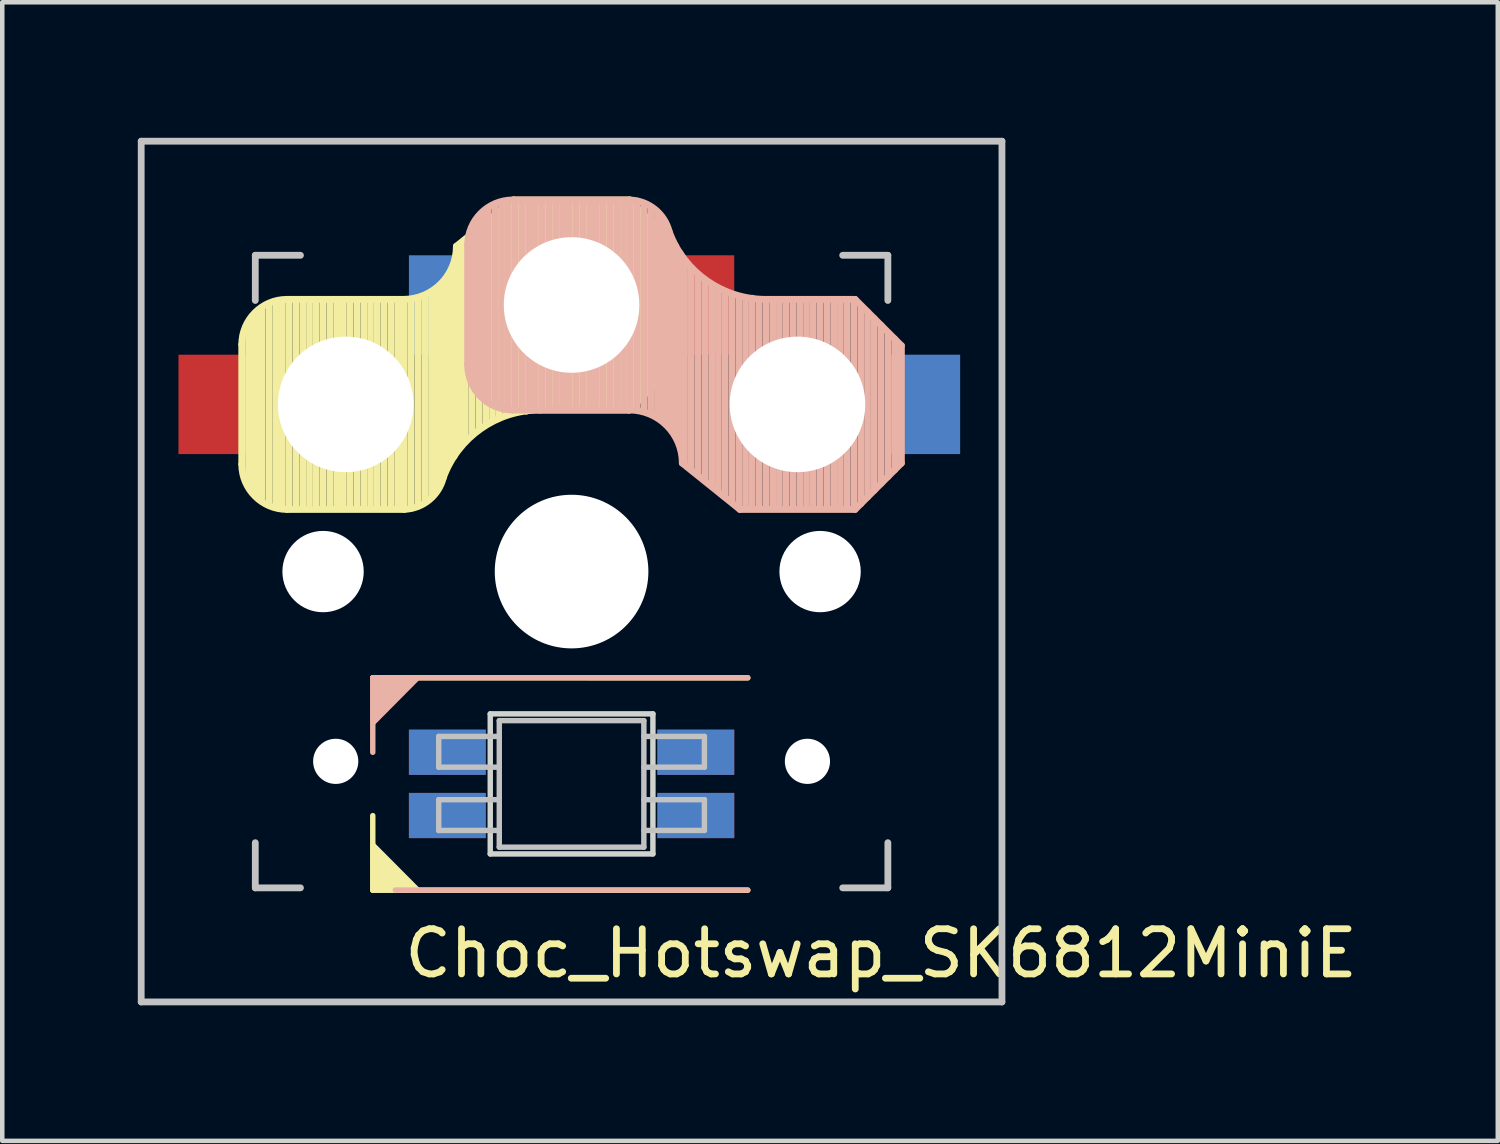
<source format=kicad_pcb>
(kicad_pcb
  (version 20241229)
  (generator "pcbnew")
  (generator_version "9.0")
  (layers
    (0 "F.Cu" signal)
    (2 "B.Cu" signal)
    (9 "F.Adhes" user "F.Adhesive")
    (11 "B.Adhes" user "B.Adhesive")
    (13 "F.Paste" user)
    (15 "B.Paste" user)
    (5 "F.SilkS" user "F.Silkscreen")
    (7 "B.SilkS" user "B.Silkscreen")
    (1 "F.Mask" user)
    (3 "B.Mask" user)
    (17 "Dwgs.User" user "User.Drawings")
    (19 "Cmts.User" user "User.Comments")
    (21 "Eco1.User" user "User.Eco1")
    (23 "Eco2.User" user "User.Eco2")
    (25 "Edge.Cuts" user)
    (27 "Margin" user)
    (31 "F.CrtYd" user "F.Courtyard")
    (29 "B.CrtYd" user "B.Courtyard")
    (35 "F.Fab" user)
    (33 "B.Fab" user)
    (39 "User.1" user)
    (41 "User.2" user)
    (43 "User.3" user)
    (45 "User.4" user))
  (footprint "Choc_Hotswap_SK6812MiniE"
    (layer "F.Cu")
    (at 9.6 9.6)
    (property "Reference" "Choc_Hotswap_SK6812MiniE" (at 6.85 8.45 0) (layer "F.SilkS") (effects (font (size 1 1) (thickness 0.15))))
    (attr through_hole)
    (fp_line (start -7.3 -5.025) (end -7.3 -2.375) (stroke (width 0.15) (type solid)) (layer "F.SilkS"))
    (fp_line (start -7.15 -1.95) (end -7.15 -5.5) (stroke (width 0.15) (type solid)) (layer "F.SilkS"))
    (fp_line (start -7.05 -1.8) (end -7.05 -5.55) (stroke (width 0.15) (type solid)) (layer "F.SilkS"))
    (fp_line (start -6.95 -1.7) (end -6.95 -5.65) (stroke (width 0.15) (type solid)) (layer "F.SilkS"))
    (fp_line (start -6.85 -1.6) (end -6.85 -5.8) (stroke (width 0.15) (type solid)) (layer "F.SilkS"))
    (fp_line (start -6.7 -1.5) (end -6.7 -5.9) (stroke (width 0.15) (type solid)) (layer "F.SilkS"))
    (fp_line (start -6.55 -1.45) (end -6.55 -5.95) (stroke (width 0.15) (type solid)) (layer "F.SilkS"))
    (fp_line (start -6.4 -1.4) (end -6.4 -5.95) (stroke (width 0.15) (type solid)) (layer "F.SilkS"))
    (fp_line (start -6.3 -6.025) (end -3.725 -6.025) (stroke (width 0.15) (type solid)) (layer "F.SilkS"))
    (fp_line (start -6.3 -1.375) (end -3.7 -1.375) (stroke (width 0.15) (type solid)) (layer "F.SilkS"))
    (fp_line (start -6.25 -1.4) (end -6.25 -6) (stroke (width 0.15) (type solid)) (layer "F.SilkS"))
    (fp_line (start -6.1 -1.4) (end -6.1 -6) (stroke (width 0.15) (type solid)) (layer "F.SilkS"))
    (fp_line (start -5.95 -1.4) (end -5.95 -6) (stroke (width 0.15) (type solid)) (layer "F.SilkS"))
    (fp_line (start -5.8 -1.4) (end -5.8 -6) (stroke (width 0.15) (type solid)) (layer "F.SilkS"))
    (fp_line (start -5.65 -1.4) (end -5.65 -6) (stroke (width 0.15) (type solid)) (layer "F.SilkS"))
    (fp_line (start -5.5 -1.4) (end -5.5 -6) (stroke (width 0.15) (type solid)) (layer "F.SilkS"))
    (fp_line (start -5.35 -1.4) (end -5.35 -6) (stroke (width 0.15) (type solid)) (layer "F.SilkS"))
    (fp_line (start -5.2 -1.4) (end -5.2 -6) (stroke (width 0.15) (type solid)) (layer "F.SilkS"))
    (fp_line (start -5.05 -1.4) (end -5.05 -6) (stroke (width 0.15) (type solid)) (layer "F.SilkS"))
    (fp_line (start -4.9 -1.4) (end -4.9 -6) (stroke (width 0.15) (type solid)) (layer "F.SilkS"))
    (fp_line (start -4.75 -1.4) (end -4.75 -6) (stroke (width 0.15) (type solid)) (layer "F.SilkS"))
    (fp_line (start -4.6 -1.4) (end -4.6 -6) (stroke (width 0.15) (type solid)) (layer "F.SilkS"))
    (fp_line (start -4.45 -1.4) (end -4.45 -6) (stroke (width 0.15) (type solid)) (layer "F.SilkS"))
    (fp_line (start -4.4 2.349) (end 3.9 2.352) (stroke (width 0.12) (type solid)) (layer "F.SilkS"))
    (fp_line (start -4.4 7.052) (end -4.4 5.401) (stroke (width 0.12) (type solid)) (layer "F.SilkS"))
    (fp_line (start -4.3 -1.4) (end -4.3 -6) (stroke (width 0.15) (type solid)) (layer "F.SilkS"))
    (fp_line (start -4.15 -1.4) (end -4.15 -6) (stroke (width 0.15) (type solid)) (layer "F.SilkS"))
    (fp_line (start -4 -1.4) (end -4 -6) (stroke (width 0.15) (type solid)) (layer "F.SilkS"))
    (fp_line (start -3.85 -1.4) (end -3.85 -5.95) (stroke (width 0.15) (type solid)) (layer "F.SilkS"))
    (fp_line (start -3.7 -1.4) (end -3.7 -6) (stroke (width 0.15) (type solid)) (layer "F.SilkS"))
    (fp_line (start -3.55 -1.4) (end -3.55 -6) (stroke (width 0.15) (type solid)) (layer "F.SilkS"))
    (fp_line (start -3.4 -1.45) (end -3.4 -6) (stroke (width 0.15) (type solid)) (layer "F.SilkS"))
    (fp_line (start -3.25 -1.55) (end -3.25 -6.1) (stroke (width 0.15) (type solid)) (layer "F.SilkS"))
    (fp_line (start -3.1 -1.65) (end -3.1 -6.15) (stroke (width 0.15) (type solid)) (layer "F.SilkS"))
    (fp_line (start -3 -1.8) (end -3 -6.2) (stroke (width 0.15) (type solid)) (layer "F.SilkS"))
    (fp_line (start -2.9 -2.05) (end -2.9 -6.25) (stroke (width 0.15) (type solid)) (layer "F.SilkS"))
    (fp_line (start -2.8 -2.2) (end -2.8 -6.35) (stroke (width 0.15) (type solid)) (layer "F.SilkS"))
    (fp_line (start -2.7 -2.4) (end -2.7 -6.55) (stroke (width 0.15) (type solid)) (layer "F.SilkS"))
    (fp_line (start -2.6 -2.55) (end -2.6 -6.7) (stroke (width 0.15) (type solid)) (layer "F.SilkS"))
    (fp_line (start -2.5 -2.75) (end -2.5 -7.2) (stroke (width 0.15) (type solid)) (layer "F.SilkS"))
    (fp_line (start -2.35 -2.9) (end -2.35 -7.35) (stroke (width 0.15) (type solid)) (layer "F.SilkS"))
    (fp_line (start -2.2 -3.05) (end -2.2 -7.45) (stroke (width 0.15) (type solid)) (layer "F.SilkS"))
    (fp_line (start -2.05 -3.15) (end -2.05 -7.55) (stroke (width 0.15) (type solid)) (layer "F.SilkS"))
    (fp_line (start -1.9 -3.25) (end -1.9 -7.7) (stroke (width 0.15) (type solid)) (layer "F.SilkS"))
    (fp_line (start -1.75 -3.35) (end -1.75 -7.8) (stroke (width 0.15) (type solid)) (layer "F.SilkS"))
    (fp_line (start -1.6 -3.4) (end -1.6 -7.95) (stroke (width 0.15) (type solid)) (layer "F.SilkS"))
    (fp_line (start -1.45 -3.5) (end -1.45 -8.05) (stroke (width 0.15) (type solid)) (layer "F.SilkS"))
    (fp_line (start -1.3 -3.55) (end -1.3 -8.15) (stroke (width 0.15) (type solid)) (layer "F.SilkS"))
    (fp_line (start -1.275 -8.225) (end -2.55 -7.2) (stroke (width 0.15) (type solid)) (layer "F.SilkS"))
    (fp_line (start -1.275 -8.225) (end 1.275 -8.225) (stroke (width 0.15) (type solid)) (layer "F.SilkS"))
    (fp_line (start -1.15 -3.55) (end -1.15 -8.2) (stroke (width 0.15) (type solid)) (layer "F.SilkS"))
    (fp_line (start -1 -3.55) (end -1 -8.2) (stroke (width 0.15) (type solid)) (layer "F.SilkS"))
    (fp_line (start -0.85 -3.6) (end -0.85 -8.15) (stroke (width 0.15) (type solid)) (layer "F.SilkS"))
    (fp_line (start -0.7 -3.6) (end -0.7 -8.2) (stroke (width 0.15) (type solid)) (layer "F.SilkS"))
    (fp_line (start -0.7 -3.575) (end 1.275 -3.575) (stroke (width 0.15) (type solid)) (layer "F.SilkS"))
    (fp_line (start -0.55 -3.6) (end -0.55 -8.2) (stroke (width 0.15) (type solid)) (layer "F.SilkS"))
    (fp_line (start -0.4 -3.6) (end -0.4 -8.2) (stroke (width 0.15) (type solid)) (layer "F.SilkS"))
    (fp_line (start -0.25 -3.6) (end -0.25 -8.2) (stroke (width 0.15) (type solid)) (layer "F.SilkS"))
    (fp_line (start -0.1 -3.6) (end -0.1 -8.2) (stroke (width 0.15) (type solid)) (layer "F.SilkS"))
    (fp_line (start 0.05 -3.6) (end 0.05 -8.2) (stroke (width 0.15) (type solid)) (layer "F.SilkS"))
    (fp_line (start 0.2 -3.6) (end 0.2 -8.2) (stroke (width 0.15) (type solid)) (layer "F.SilkS"))
    (fp_line (start 0.35 -3.6) (end 0.35 -8.2) (stroke (width 0.15) (type solid)) (layer "F.SilkS"))
    (fp_line (start 0.5 -3.6) (end 0.5 -8.2) (stroke (width 0.15) (type solid)) (layer "F.SilkS"))
    (fp_line (start 0.65 -3.6) (end 0.65 -8.2) (stroke (width 0.15) (type solid)) (layer "F.SilkS"))
    (fp_line (start 0.8 -3.6) (end 0.8 -8.2) (stroke (width 0.15) (type solid)) (layer "F.SilkS"))
    (fp_line (start 0.95 -3.6) (end 0.95 -8.2) (stroke (width 0.15) (type solid)) (layer "F.SilkS"))
    (fp_line (start 1.1 -3.6) (end 1.1 -8.2) (stroke (width 0.15) (type solid)) (layer "F.SilkS"))
    (fp_line (start 1.25 -3.6) (end 1.25 -8.2) (stroke (width 0.15) (type solid)) (layer "F.SilkS"))
    (fp_line (start 1.4 -3.75) (end 1.4 -8.1) (stroke (width 0.15) (type solid)) (layer "F.SilkS"))
    (fp_line (start 1.55 -3.85) (end 1.55 -7.95) (stroke (width 0.15) (type solid)) (layer "F.SilkS"))
    (fp_line (start 1.7 -4) (end 1.7 -7.8) (stroke (width 0.15) (type solid)) (layer "F.SilkS"))
    (fp_line (start 1.85 -4.15) (end 1.85 -7.65) (stroke (width 0.15) (type solid)) (layer "F.SilkS"))
    (fp_line (start 2 -4.35) (end 2 -7.5) (stroke (width 0.15) (type solid)) (layer "F.SilkS"))
    (fp_line (start 2.15 -4.45) (end 2.15 -7.35) (stroke (width 0.15) (type solid)) (layer "F.SilkS"))
    (fp_line (start 2.3 -7.2) (end 1.275 -8.225) (stroke (width 0.15) (type solid)) (layer "F.SilkS"))
    (fp_line (start 2.3 -7.2) (end 2.3 -4.6) (stroke (width 0.15) (type solid)) (layer "F.SilkS"))
    (fp_line (start 2.3 -4.6) (end 1.275 -3.575) (stroke (width 0.15) (type solid)) (layer "F.SilkS"))
    (fp_line (start 3.9 7.052) (end -4.4 7.052) (stroke (width 0.12) (type solid)) (layer "F.SilkS"))
    (fp_arc (start -7.3 -5.025) (mid -7.007107 -5.732107) (end -6.3 -6.025) (stroke (width 0.15) (type solid)) (layer "F.SilkS"))
    (fp_arc (start -6.3 -1.375) (mid -7.007107 -1.667893) (end -7.3 -2.375) (stroke (width 0.15) (type solid)) (layer "F.SilkS"))
    (fp_arc (start -2.837801 -2.078096) (mid -3.151716 -1.583979) (end -3.699005 -1.376209) (stroke (width 0.15) (type solid)) (layer "F.SilkS"))
    (fp_arc (start -2.837801 -2.078096) (mid -2.004887 -3.163571) (end -0.7 -3.575) (stroke (width 0.15) (type solid)) (layer "F.SilkS"))
    (fp_arc (start -2.55 -7.2) (mid -2.89415 -6.36915) (end -3.725 -6.025) (stroke (width 0.15) (type solid)) (layer "F.SilkS"))
    (fp_poly (pts (xy -3.392 7.049) (xy -4.4 7.052) (xy -4.4 6.036)) (stroke (width 0.1) (type solid)) (fill yes) (layer "F.SilkS"))
    (fp_line (start -4.4 2.349) (end -4.4 4) (stroke (width 0.12) (type solid)) (layer "B.SilkS"))
    (fp_line (start -3.9 7.049) (end 3.9 7.049) (stroke (width 0.12) (type solid)) (layer "B.SilkS"))
    (fp_line (start -2.3 -4.575) (end -2.3 -7.225) (stroke (width 0.15) (type solid)) (layer "B.SilkS"))
    (fp_line (start -2.15 -7.65) (end -2.15 -4.1) (stroke (width 0.15) (type solid)) (layer "B.SilkS"))
    (fp_line (start -2.05 -7.8) (end -2.05 -4.05) (stroke (width 0.15) (type solid)) (layer "B.SilkS"))
    (fp_line (start -1.95 -7.9) (end -1.95 -3.95) (stroke (width 0.15) (type solid)) (layer "B.SilkS"))
    (fp_line (start -1.85 -8) (end -1.85 -3.8) (stroke (width 0.15) (type solid)) (layer "B.SilkS"))
    (fp_line (start -1.7 -8.1) (end -1.7 -3.7) (stroke (width 0.15) (type solid)) (layer "B.SilkS"))
    (fp_line (start -1.55 -8.15) (end -1.55 -3.65) (stroke (width 0.15) (type solid)) (layer "B.SilkS"))
    (fp_line (start -1.4 -8.2) (end -1.4 -3.65) (stroke (width 0.15) (type solid)) (layer "B.SilkS"))
    (fp_line (start -1.3 -8.225) (end 1.3 -8.225) (stroke (width 0.15) (type solid)) (layer "B.SilkS"))
    (fp_line (start -1.3 -3.575) (end 1.275 -3.575) (stroke (width 0.15) (type solid)) (layer "B.SilkS"))
    (fp_line (start -1.25 -8.2) (end -1.25 -3.6) (stroke (width 0.15) (type solid)) (layer "B.SilkS"))
    (fp_line (start -1.1 -8.2) (end -1.1 -3.6) (stroke (width 0.15) (type solid)) (layer "B.SilkS"))
    (fp_line (start -0.95 -8.2) (end -0.95 -3.6) (stroke (width 0.15) (type solid)) (layer "B.SilkS"))
    (fp_line (start -0.8 -8.2) (end -0.8 -3.6) (stroke (width 0.15) (type solid)) (layer "B.SilkS"))
    (fp_line (start -0.65 -8.2) (end -0.65 -3.6) (stroke (width 0.15) (type solid)) (layer "B.SilkS"))
    (fp_line (start -0.5 -8.2) (end -0.5 -3.6) (stroke (width 0.15) (type solid)) (layer "B.SilkS"))
    (fp_line (start -0.35 -8.2) (end -0.35 -3.6) (stroke (width 0.15) (type solid)) (layer "B.SilkS"))
    (fp_line (start -0.2 -8.2) (end -0.2 -3.6) (stroke (width 0.15) (type solid)) (layer "B.SilkS"))
    (fp_line (start -0.05 -8.2) (end -0.05 -3.6) (stroke (width 0.15) (type solid)) (layer "B.SilkS"))
    (fp_line (start 0.1 -8.2) (end 0.1 -3.6) (stroke (width 0.15) (type solid)) (layer "B.SilkS"))
    (fp_line (start 0.25 -8.2) (end 0.25 -3.6) (stroke (width 0.15) (type solid)) (layer "B.SilkS"))
    (fp_line (start 0.4 -8.2) (end 0.4 -3.6) (stroke (width 0.15) (type solid)) (layer "B.SilkS"))
    (fp_line (start 0.55 -8.2) (end 0.55 -3.6) (stroke (width 0.15) (type solid)) (layer "B.SilkS"))
    (fp_line (start 0.7 -8.2) (end 0.7 -3.6) (stroke (width 0.15) (type solid)) (layer "B.SilkS"))
    (fp_line (start 0.85 -8.2) (end 0.85 -3.6) (stroke (width 0.15) (type solid)) (layer "B.SilkS"))
    (fp_line (start 1 -8.2) (end 1 -3.6) (stroke (width 0.15) (type solid)) (layer "B.SilkS"))
    (fp_line (start 1.15 -8.2) (end 1.15 -3.65) (stroke (width 0.15) (type solid)) (layer "B.SilkS"))
    (fp_line (start 1.3 -8.2) (end 1.3 -3.6) (stroke (width 0.15) (type solid)) (layer "B.SilkS"))
    (fp_line (start 1.45 -8.2) (end 1.45 -3.6) (stroke (width 0.15) (type solid)) (layer "B.SilkS"))
    (fp_line (start 1.6 -8.15) (end 1.6 -3.6) (stroke (width 0.15) (type solid)) (layer "B.SilkS"))
    (fp_line (start 1.75 -8.05) (end 1.75 -3.5) (stroke (width 0.15) (type solid)) (layer "B.SilkS"))
    (fp_line (start 1.9 -7.95) (end 1.9 -3.45) (stroke (width 0.15) (type solid)) (layer "B.SilkS"))
    (fp_line (start 2 -7.8) (end 2 -3.4) (stroke (width 0.15) (type solid)) (layer "B.SilkS"))
    (fp_line (start 2.1 -7.55) (end 2.1 -3.35) (stroke (width 0.15) (type solid)) (layer "B.SilkS"))
    (fp_line (start 2.2 -7.4) (end 2.2 -3.25) (stroke (width 0.15) (type solid)) (layer "B.SilkS"))
    (fp_line (start 2.3 -7.2) (end 2.3 -3.05) (stroke (width 0.15) (type solid)) (layer "B.SilkS"))
    (fp_line (start 2.4 -7.05) (end 2.4 -2.9) (stroke (width 0.15) (type solid)) (layer "B.SilkS"))
    (fp_line (start 2.5 -6.85) (end 2.5 -2.4) (stroke (width 0.15) (type solid)) (layer "B.SilkS"))
    (fp_line (start 2.65 -6.7) (end 2.65 -2.25) (stroke (width 0.15) (type solid)) (layer "B.SilkS"))
    (fp_line (start 2.8 -6.55) (end 2.8 -2.15) (stroke (width 0.15) (type solid)) (layer "B.SilkS"))
    (fp_line (start 2.95 -6.45) (end 2.95 -2.05) (stroke (width 0.15) (type solid)) (layer "B.SilkS"))
    (fp_line (start 3.1 -6.35) (end 3.1 -1.9) (stroke (width 0.15) (type solid)) (layer "B.SilkS"))
    (fp_line (start 3.25 -6.25) (end 3.25 -1.8) (stroke (width 0.15) (type solid)) (layer "B.SilkS"))
    (fp_line (start 3.4 -6.2) (end 3.4 -1.65) (stroke (width 0.15) (type solid)) (layer "B.SilkS"))
    (fp_line (start 3.55 -6.1) (end 3.55 -1.55) (stroke (width 0.15) (type solid)) (layer "B.SilkS"))
    (fp_line (start 3.7 -6.05) (end 3.7 -1.45) (stroke (width 0.15) (type solid)) (layer "B.SilkS"))
    (fp_line (start 3.725 -1.375) (end 2.45 -2.4) (stroke (width 0.15) (type solid)) (layer "B.SilkS"))
    (fp_line (start 3.725 -1.375) (end 6.275 -1.375) (stroke (width 0.15) (type solid)) (layer "B.SilkS"))
    (fp_line (start 3.85 -6.05) (end 3.85 -1.4) (stroke (width 0.15) (type solid)) (layer "B.SilkS"))
    (fp_line (start 3.9 2.349) (end -4.4 2.349) (stroke (width 0.12) (type solid)) (layer "B.SilkS"))
    (fp_line (start 4 -6.05) (end 4 -1.4) (stroke (width 0.15) (type solid)) (layer "B.SilkS"))
    (fp_line (start 4.15 -6) (end 4.15 -1.45) (stroke (width 0.15) (type solid)) (layer "B.SilkS"))
    (fp_line (start 4.3 -6.025) (end 6.275 -6.025) (stroke (width 0.15) (type solid)) (layer "B.SilkS"))
    (fp_line (start 4.3 -6) (end 4.3 -1.4) (stroke (width 0.15) (type solid)) (layer "B.SilkS"))
    (fp_line (start 4.45 -6) (end 4.45 -1.4) (stroke (width 0.15) (type solid)) (layer "B.SilkS"))
    (fp_line (start 4.6 -6) (end 4.6 -1.4) (stroke (width 0.15) (type solid)) (layer "B.SilkS"))
    (fp_line (start 4.75 -6) (end 4.75 -1.4) (stroke (width 0.15) (type solid)) (layer "B.SilkS"))
    (fp_line (start 4.9 -6) (end 4.9 -1.4) (stroke (width 0.15) (type solid)) (layer "B.SilkS"))
    (fp_line (start 5.05 -6) (end 5.05 -1.4) (stroke (width 0.15) (type solid)) (layer "B.SilkS"))
    (fp_line (start 5.2 -6) (end 5.2 -1.4) (stroke (width 0.15) (type solid)) (layer "B.SilkS"))
    (fp_line (start 5.35 -6) (end 5.35 -1.4) (stroke (width 0.15) (type solid)) (layer "B.SilkS"))
    (fp_line (start 5.5 -6) (end 5.5 -1.4) (stroke (width 0.15) (type solid)) (layer "B.SilkS"))
    (fp_line (start 5.65 -6) (end 5.65 -1.4) (stroke (width 0.15) (type solid)) (layer "B.SilkS"))
    (fp_line (start 5.8 -6) (end 5.8 -1.4) (stroke (width 0.15) (type solid)) (layer "B.SilkS"))
    (fp_line (start 5.95 -6) (end 5.95 -1.4) (stroke (width 0.15) (type solid)) (layer "B.SilkS"))
    (fp_line (start 6.1 -6) (end 6.1 -1.4) (stroke (width 0.15) (type solid)) (layer "B.SilkS"))
    (fp_line (start 6.25 -6) (end 6.25 -1.4) (stroke (width 0.15) (type solid)) (layer "B.SilkS"))
    (fp_line (start 6.4 -5.85) (end 6.4 -1.5) (stroke (width 0.15) (type solid)) (layer "B.SilkS"))
    (fp_line (start 6.55 -5.75) (end 6.55 -1.65) (stroke (width 0.15) (type solid)) (layer "B.SilkS"))
    (fp_line (start 6.7 -5.6) (end 6.7 -1.8) (stroke (width 0.15) (type solid)) (layer "B.SilkS"))
    (fp_line (start 6.85 -5.45) (end 6.85 -1.95) (stroke (width 0.15) (type solid)) (layer "B.SilkS"))
    (fp_line (start 7 -5.25) (end 7 -2.1) (stroke (width 0.15) (type solid)) (layer "B.SilkS"))
    (fp_line (start 7.15 -5.15) (end 7.15 -2.25) (stroke (width 0.15) (type solid)) (layer "B.SilkS"))
    (fp_line (start 7.3 -5) (end 6.275 -6.025) (stroke (width 0.15) (type solid)) (layer "B.SilkS"))
    (fp_line (start 7.3 -2.4) (end 6.275 -1.375) (stroke (width 0.15) (type solid)) (layer "B.SilkS"))
    (fp_line (start 7.3 -2.4) (end 7.3 -5) (stroke (width 0.15) (type solid)) (layer "B.SilkS"))
    (fp_arc (start -2.3 -7.225) (mid -2.007107 -7.932107) (end -1.3 -8.225) (stroke (width 0.15) (type solid)) (layer "B.SilkS"))
    (fp_arc (start -1.3 -3.575) (mid -2.007107 -3.867893) (end -2.3 -4.575) (stroke (width 0.15) (type solid)) (layer "B.SilkS"))
    (fp_arc (start 1.275 -3.575) (mid 2.10585 -3.23085) (end 2.45 -2.4) (stroke (width 0.15) (type solid)) (layer "B.SilkS"))
    (fp_arc (start 1.300995 -8.223791) (mid 1.848284 -8.016021) (end 2.162199 -7.521904) (stroke (width 0.15) (type solid)) (layer "B.SilkS"))
    (fp_arc (start 4.3 -6.025) (mid 2.995114 -6.436429) (end 2.162199 -7.521904) (stroke (width 0.15) (type solid)) (layer "B.SilkS"))
    (fp_poly (pts (xy -4.4 3.365) (xy -4.4 2.349) (xy -3.392 2.349)) (stroke (width 0.1) (type solid)) (fill yes) (layer "B.SilkS"))
    (fp_line (start -9.525 -9.525) (end 9.525 -9.525) (stroke (width 0.15) (type solid)) (layer "Dwgs.User"))
    (fp_line (start -9.525 9.525) (end -9.525 -9.525) (stroke (width 0.15) (type solid)) (layer "Dwgs.User"))
    (fp_line (start -7 -7) (end -7 -6) (stroke (width 0.15) (type solid)) (layer "Dwgs.User"))
    (fp_line (start -7 6) (end -7 7) (stroke (width 0.15) (type solid)) (layer "Dwgs.User"))
    (fp_line (start -7 7) (end -6 7) (stroke (width 0.15) (type solid)) (layer "Dwgs.User"))
    (fp_line (start -6 -7) (end -7 -7) (stroke (width 0.15) (type solid)) (layer "Dwgs.User"))
    (fp_line (start -2.94 3.649) (end -2.94 4.329) (stroke (width 0.12) (type solid)) (layer "Dwgs.User"))
    (fp_line (start -2.94 4.329) (end -1.6 4.329) (stroke (width 0.12) (type solid)) (layer "Dwgs.User"))
    (fp_line (start -2.94 5.049) (end -2.94 5.729) (stroke (width 0.12) (type solid)) (layer "Dwgs.User"))
    (fp_line (start -2.94 5.729) (end -1.6 5.729) (stroke (width 0.12) (type solid)) (layer "Dwgs.User"))
    (fp_line (start -1.6 3.299) (end -1.6 6.099) (stroke (width 0.12) (type solid)) (layer "Dwgs.User"))
    (fp_line (start -1.6 3.299) (end 1.6 3.299) (stroke (width 0.12) (type solid)) (layer "Dwgs.User"))
    (fp_line (start -1.6 3.649) (end -2.94 3.649) (stroke (width 0.12) (type solid)) (layer "Dwgs.User"))
    (fp_line (start -1.6 5.049) (end -2.94 5.049) (stroke (width 0.12) (type solid)) (layer "Dwgs.User"))
    (fp_line (start -1.6 6.099) (end 1.6 6.099) (stroke (width 0.12) (type solid)) (layer "Dwgs.User"))
    (fp_line (start 1.6 3.299) (end 1.6 6.099) (stroke (width 0.12) (type solid)) (layer "Dwgs.User"))
    (fp_line (start 1.6 4.329) (end 2.94 4.329) (stroke (width 0.12) (type solid)) (layer "Dwgs.User"))
    (fp_line (start 1.6 5.729) (end 2.94 5.729) (stroke (width 0.12) (type solid)) (layer "Dwgs.User"))
    (fp_line (start 2.94 3.649) (end 1.6 3.649) (stroke (width 0.12) (type solid)) (layer "Dwgs.User"))
    (fp_line (start 2.94 4.329) (end 2.94 3.649) (stroke (width 0.12) (type solid)) (layer "Dwgs.User"))
    (fp_line (start 2.94 5.049) (end 1.6 5.049) (stroke (width 0.12) (type solid)) (layer "Dwgs.User"))
    (fp_line (start 2.94 5.729) (end 2.94 5.049) (stroke (width 0.12) (type solid)) (layer "Dwgs.User"))
    (fp_line (start 6 -7) (end 7 -7) (stroke (width 0.15) (type solid)) (layer "Dwgs.User"))
    (fp_line (start 7 -7) (end 7 -6) (stroke (width 0.15) (type solid)) (layer "Dwgs.User"))
    (fp_line (start 7 6) (end 7 7) (stroke (width 0.15) (type solid)) (layer "Dwgs.User"))
    (fp_line (start 7 7) (end 6 7) (stroke (width 0.15) (type solid)) (layer "Dwgs.User"))
    (fp_line (start 9.525 -9.525) (end 9.525 9.525) (stroke (width 0.15) (type solid)) (layer "Dwgs.User"))
    (fp_line (start 9.525 9.525) (end -9.525 9.525) (stroke (width 0.15) (type solid)) (layer "Dwgs.User"))
    (fp_line (start -1.8 3.149) (end -1.8 6.249) (stroke (width 0.12) (type solid)) (layer "Edge.Cuts"))
    (fp_line (start -1.8 6.249) (end 1.8 6.249) (stroke (width 0.12) (type solid)) (layer "Edge.Cuts"))
    (fp_line (start 1.8 3.149) (end -1.8 3.149) (stroke (width 0.12) (type solid)) (layer "Edge.Cuts"))
    (fp_line (start 1.8 6.249) (end 1.8 3.149) (stroke (width 0.12) (type solid)) (layer "Edge.Cuts"))
    (pad "" np_thru_hole circle (at -5.5 0 270) (size 1.8 1.8) (drill 1.8) (layers "*.Cu" "*.Mask"))
    (pad "" np_thru_hole circle (at -5.22 4.2) (size 1 1) (drill 1) (layers "*.Cu" "*.Mask"))
    (pad "" np_thru_hole circle (at -5 -3.7 90) (size 3 3) (drill 3) (layers "*.Cu" "*.Mask"))
    (pad "" np_thru_hole circle (at 0 -5.9 270) (size 3 3) (drill 3) (layers "*.Cu" "*.Mask"))
    (pad "" np_thru_hole circle (at 0 0 270) (size 3.4 3.4) (drill 3.4) (layers "*.Cu" "*.Mask"))
    (pad "" np_thru_hole circle (at 5 -3.7 270) (size 3 3) (drill 3) (layers "*.Cu" "*.Mask"))
    (pad "" np_thru_hole circle (at 5.22 4.2) (size 1 1) (drill 1) (layers "*.Cu" "*.Mask"))
    (pad "" np_thru_hole circle (at 5.5 0 270) (size 1.8 1.8) (drill 1.8) (layers "*.Cu" "*.Mask"))
    (pad "1" smd rect (at 2.75 3.999) (size 1.7 1) (layers "F.Cu" "F.Mask" "F.Paste"))
    (pad "1" smd rect (at 2.75 5.399) (size 1.7 1) (layers "B.Cu" "B.Mask" "B.Paste"))
    (pad "2" smd rect (at 2.75 3.999) (size 1.7 1) (layers "B.Cu" "B.Mask" "B.Paste"))
    (pad "2" smd rect (at 2.75 5.399) (size 1.7 1) (layers "F.Cu" "F.Mask" "F.Paste"))
    (pad "3" smd rect (at -2.75 3.999) (size 1.7 1) (layers "B.Cu" "B.Mask" "B.Paste"))
    (pad "3" smd rect (at -2.75 5.399) (size 1.7 1) (layers "F.Cu" "F.Mask" "F.Paste"))
    (pad "4" smd rect (at -2.75 3.999) (size 1.7 1) (layers "F.Cu" "F.Mask" "F.Paste"))
    (pad "4" smd rect (at -2.75 5.399) (size 1.7 1) (layers "B.Cu" "B.Mask" "B.Paste"))
    (pad "5" smd rect (at -2.8 -5.9) (size 1.6 2.2) (layers "B.Cu" "B.Mask" "B.Paste"))
    (pad "5" smd rect (at 2.8 -5.9) (size 1.6 2.2) (layers "F.Cu" "F.Mask" "F.Paste"))
    (pad "6" smd rect (at -7.9 -3.7) (size 1.6 2.2) (layers "F.Cu" "F.Mask" "F.Paste"))
    (pad "6" smd rect (at 7.8 -3.7) (size 1.6 2.2) (layers "B.Cu" "B.Mask" "B.Paste")))
  (gr_rect
    (start -3 -3)
    (end 30.099 22.2)
    (stroke (width 0.1) (type default))
    (fill no)
    (layer "Edge.Cuts")))
</source>
